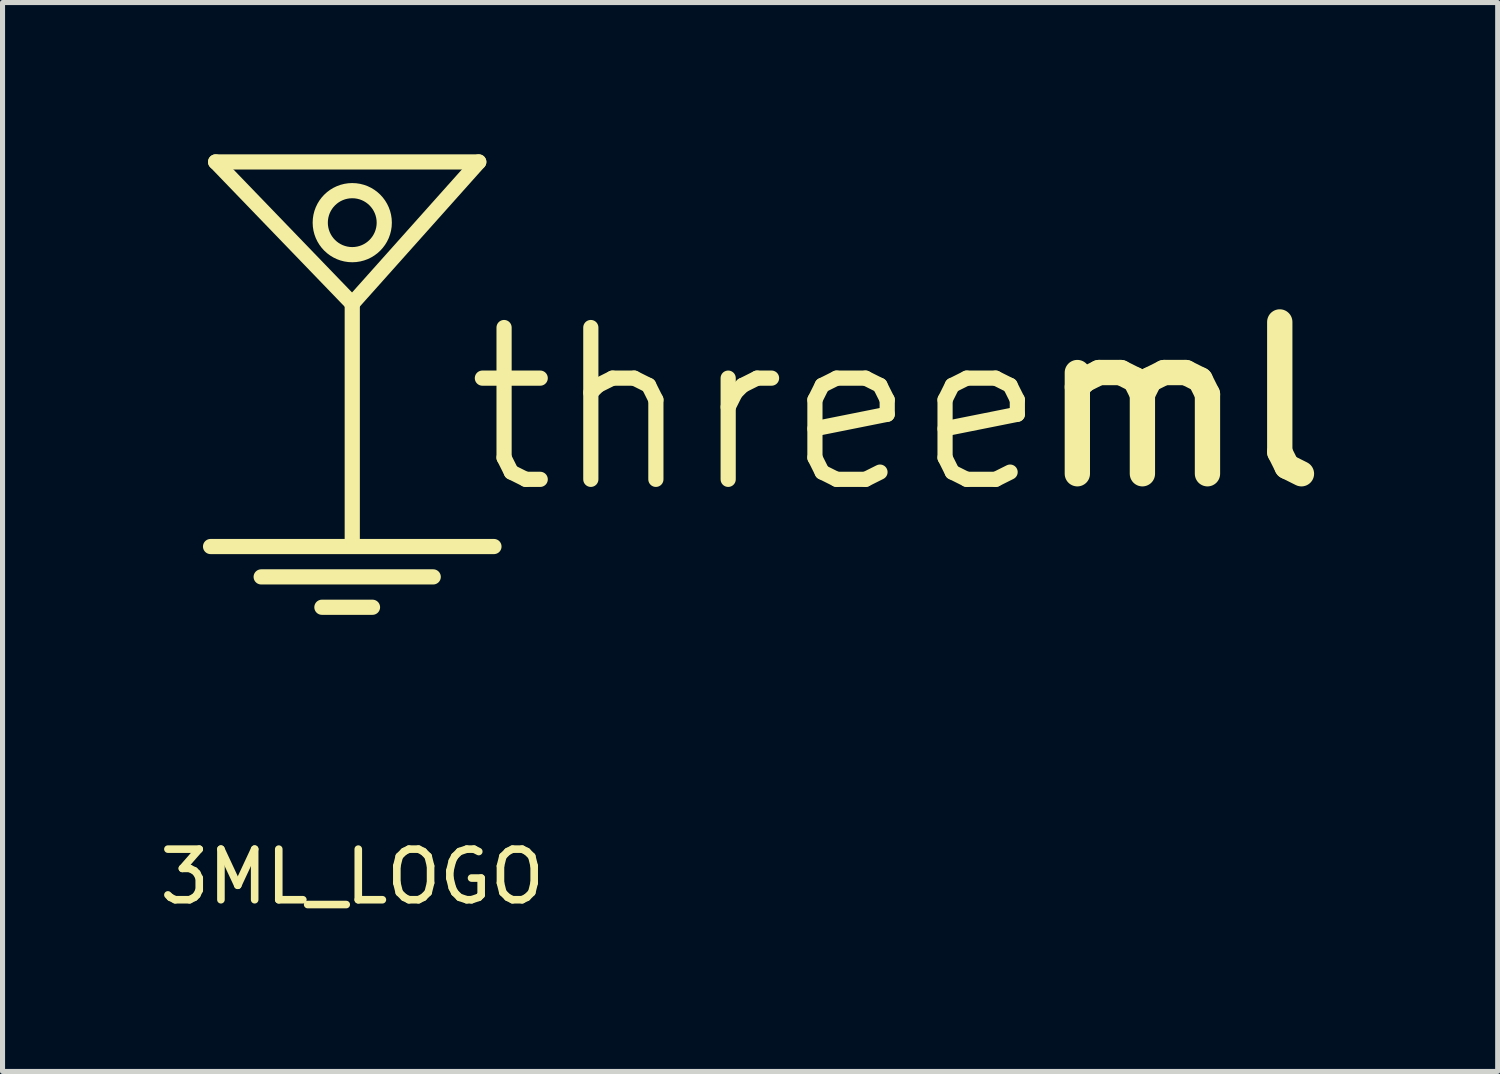
<source format=kicad_pcb>
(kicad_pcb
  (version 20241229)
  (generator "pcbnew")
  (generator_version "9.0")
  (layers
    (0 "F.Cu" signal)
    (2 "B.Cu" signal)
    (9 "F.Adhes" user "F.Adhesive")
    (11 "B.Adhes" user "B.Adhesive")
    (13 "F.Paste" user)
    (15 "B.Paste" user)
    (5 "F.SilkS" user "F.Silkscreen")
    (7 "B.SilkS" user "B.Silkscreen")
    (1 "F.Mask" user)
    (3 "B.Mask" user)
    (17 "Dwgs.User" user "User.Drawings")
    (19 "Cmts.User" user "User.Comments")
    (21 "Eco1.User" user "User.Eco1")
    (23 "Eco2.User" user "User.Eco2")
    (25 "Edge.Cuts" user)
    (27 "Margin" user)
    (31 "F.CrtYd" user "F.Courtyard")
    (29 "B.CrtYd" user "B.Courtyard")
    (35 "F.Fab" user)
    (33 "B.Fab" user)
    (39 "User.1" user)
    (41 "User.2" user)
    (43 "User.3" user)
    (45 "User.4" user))
  (footprint "3ML_LOGO"
    (layer "F.Cu")
    (at 3.911 7.75)
    (property "Reference" "3ML_LOGO" (at 0 6.525 0) (layer "F.SilkS") (effects (font (size 1 1) (thickness 0.15))))
    (attr through_hole)
    (fp_line (start -2.8 0) (end 2.8 0) (stroke (width 0.3) (type solid)) (layer "F.SilkS"))
    (fp_line (start -1.8 0.6) (end 1.6 0.6) (stroke (width 0.3) (type solid)) (layer "F.SilkS"))
    (fp_line (start -0.6 1.2) (end 0.4 1.2) (stroke (width 0.3) (type solid)) (layer "F.SilkS"))
    (fp_line (start 0 -4.8) (end -2.7 -7.6) (stroke (width 0.3) (type solid)) (layer "F.SilkS"))
    (fp_line (start 0 -4.8) (end 2.5 -7.6) (stroke (width 0.3) (type solid)) (layer "F.SilkS"))
    (fp_line (start 0 -0.1) (end 0 -4.8) (stroke (width 0.3) (type solid)) (layer "F.SilkS"))
    (fp_line (start 2.5 -7.6) (end -2.7 -7.6) (stroke (width 0.3) (type solid)) (layer "F.SilkS"))
    (fp_circle (center 0 -6.4) (end 0.6 -6.6) (stroke (width 0.3) (type solid)) (fill no) (layer "F.SilkS"))
    (fp_text user "three" (at 8 -2.7 0) (layer "F.SilkS") (effects (font (size 3 3) (thickness 0.3))))
    (fp_text user "ml" (at 16.4 -2.8 0) (layer "F.SilkS") (effects (font (size 3 3) (thickness 0.5)))))
  (gr_rect
    (start -3 -3)
    (end 26.546 18.123)
    (stroke (width 0.1) (type default))
    (fill no)
    (layer "Edge.Cuts")))
</source>
